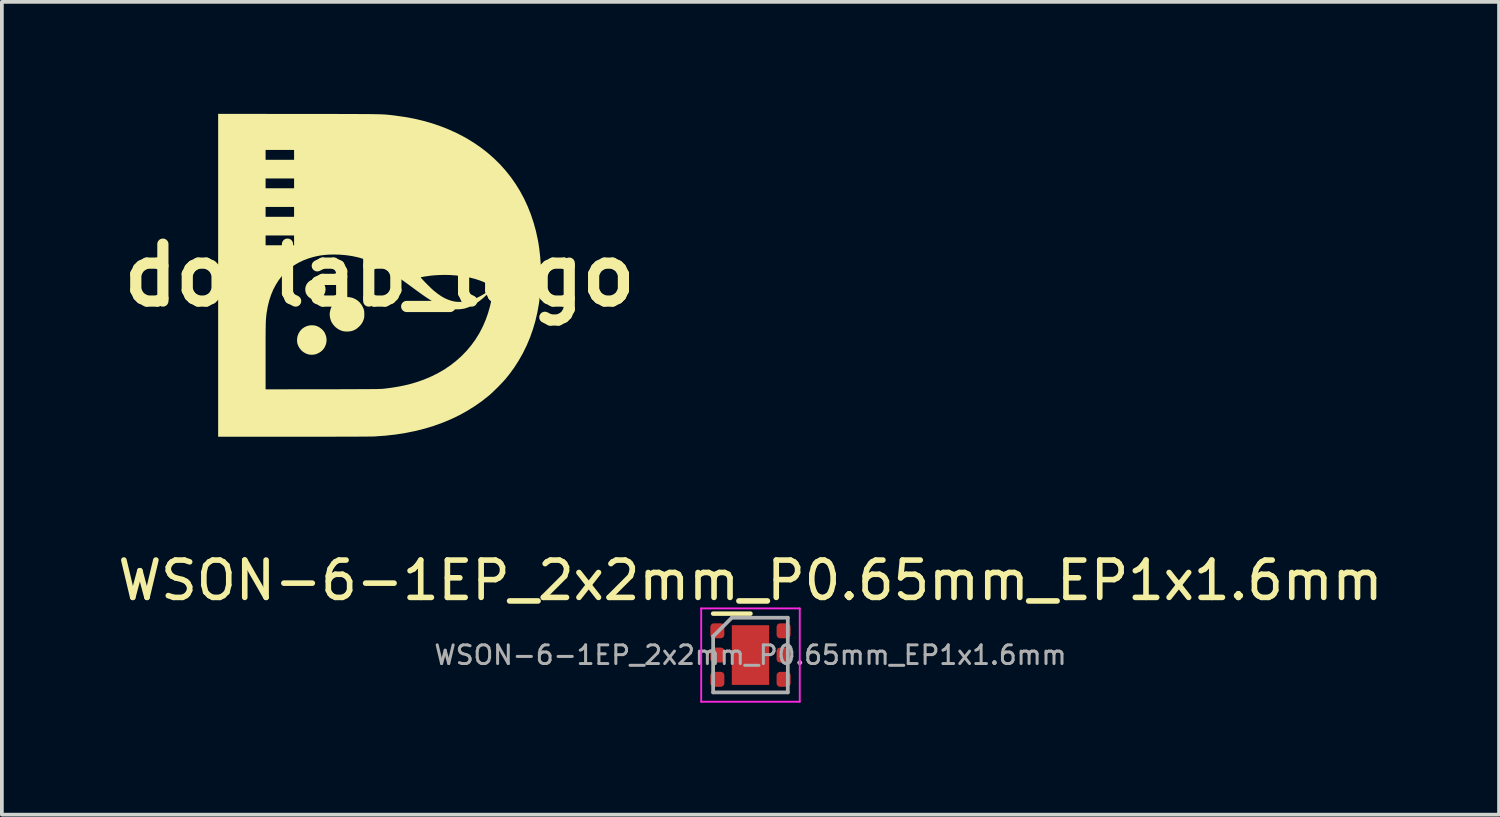
<source format=kicad_pcb>
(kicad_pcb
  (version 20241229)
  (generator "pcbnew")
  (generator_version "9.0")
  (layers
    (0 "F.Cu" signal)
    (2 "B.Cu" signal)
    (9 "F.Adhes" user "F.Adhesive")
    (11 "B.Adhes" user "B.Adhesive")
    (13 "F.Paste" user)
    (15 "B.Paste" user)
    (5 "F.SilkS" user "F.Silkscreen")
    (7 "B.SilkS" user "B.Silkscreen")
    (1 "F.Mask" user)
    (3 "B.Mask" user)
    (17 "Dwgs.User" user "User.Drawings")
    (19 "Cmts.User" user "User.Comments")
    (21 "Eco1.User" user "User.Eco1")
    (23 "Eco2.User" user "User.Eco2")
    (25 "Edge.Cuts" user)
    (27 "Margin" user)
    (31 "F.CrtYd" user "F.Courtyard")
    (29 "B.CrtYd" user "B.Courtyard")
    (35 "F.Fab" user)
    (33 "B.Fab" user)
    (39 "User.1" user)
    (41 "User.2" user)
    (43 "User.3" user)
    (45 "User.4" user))
  (footprint "WSON-6-1EP_2x2mm_P0.65mm_EP1x1.6mm"
    (layer "F.Cu")
    (at 17.054 14.498)
    (property "Reference" "WSON-6-1EP_2x2mm_P0.65mm_EP1x1.6mm" (at 0 -2 0) (layer "F.SilkS") (effects (font (size 1 1) (thickness 0.15))))
    (attr smd)
    (fp_line (start -1 -1.11) (end 0 -1.11) (stroke (width 0.12) (type solid)) (layer "F.SilkS"))
    (fp_line (start -1.32 -1.25) (end -1.32 1.25) (stroke (width 0.05) (type solid)) (layer "F.CrtYd"))
    (fp_line (start -1.32 1.25) (end 1.32 1.25) (stroke (width 0.05) (type solid)) (layer "F.CrtYd"))
    (fp_line (start 1.32 -1.25) (end -1.32 -1.25) (stroke (width 0.05) (type solid)) (layer "F.CrtYd"))
    (fp_line (start 1.32 1.25) (end 1.32 -1.25) (stroke (width 0.05) (type solid)) (layer "F.CrtYd"))
    (fp_line (start -1 -0.5) (end -0.5 -1) (stroke (width 0.1) (type solid)) (layer "F.Fab"))
    (fp_line (start -1 1) (end -1 -0.5) (stroke (width 0.1) (type solid)) (layer "F.Fab"))
    (fp_line (start -0.5 -1) (end 1 -1) (stroke (width 0.1) (type solid)) (layer "F.Fab"))
    (fp_line (start 1 -1) (end 1 1) (stroke (width 0.1) (type solid)) (layer "F.Fab"))
    (fp_line (start 1 1) (end -1 1) (stroke (width 0.1) (type solid)) (layer "F.Fab"))
    (fp_text user "${REFERENCE}" (at 0 0 0) (layer "F.Fab") (effects (font (size 0.5 0.5) (thickness 0.08))))
    (pad "" smd roundrect (at 0 -0.4) (size 0.81 0.64) (layers "F.Paste") (roundrect_rratio 0.25))
    (pad "" smd roundrect (at 0 0.4) (size 0.81 0.64) (layers "F.Paste") (roundrect_rratio 0.25))
    (pad "1" smd roundrect (at -0.887 -0.65) (size 0.375 0.4) (layers "F.Cu" "F.Mask" "F.Paste") (roundrect_rratio 0.25))
    (pad "2" smd roundrect (at -0.887 0) (size 0.375 0.4) (layers "F.Cu" "F.Mask" "F.Paste") (roundrect_rratio 0.25))
    (pad "3" smd roundrect (at -0.887 0.65) (size 0.375 0.4) (layers "F.Cu" "F.Mask" "F.Paste") (roundrect_rratio 0.25))
    (pad "4" smd roundrect (at 0.887 0.65) (size 0.375 0.4) (layers "F.Cu" "F.Mask" "F.Paste") (roundrect_rratio 0.25))
    (pad "5" smd roundrect (at 0.887 0) (size 0.375 0.4) (layers "F.Cu" "F.Mask" "F.Paste") (roundrect_rratio 0.25))
    (pad "6" smd roundrect (at 0.887 -0.65) (size 0.375 0.4) (layers "F.Cu" "F.Mask" "F.Paste") (roundrect_rratio 0.25))
    (pad "7" smd rect (at 0 0) (size 1 1.6) (layers "F.Cu" "F.Mask")))
  (footprint "doslab_logo"
    (layer "F.Cu")
    (at 7.119 4.325)
    (property "Reference" "doslab_logo" (at 0 0 0) (layer "F.SilkS") (effects (font (size 1.524 1.524) (thickness 0.3))))
    (attr board_only exclude_from_pos_files exclude_from_bom)
    (fp_poly (pts (xy -1.683 0.107) (xy -1.678 0.107) (xy -1.62 0.124) (xy -1.569 0.151) (xy -1.527 0.186) (xy -1.493 0.227) (xy -1.468 0.274) (xy -1.453 0.325) (xy -1.448 0.377) (xy -1.453 0.43) (xy -1.469 0.482) (xy -1.497 0.532) (xy -1.529 0.571) (xy -1.569 0.605) (xy -1.611 0.628) (xy -1.657 0.641) (xy -1.71 0.647) (xy -1.745 0.647) (xy -1.772 0.645) (xy -1.794 0.641) (xy -1.809 0.636) (xy -1.865 0.609) (xy -1.912 0.572) (xy -1.948 0.527) (xy -1.975 0.476) (xy -1.989 0.418) (xy -1.991 0.357) (xy -1.991 0.356) (xy -1.981 0.3) (xy -1.96 0.248) (xy -1.929 0.202) (xy -1.89 0.164) (xy -1.844 0.134) (xy -1.793 0.113) (xy -1.739 0.104)) (stroke (width 0) (type solid)) (fill yes) (layer "F.SilkS"))
    (fp_poly (pts (xy -1.744 1.343) (xy -1.68 1.36) (xy -1.62 1.389) (xy -1.563 1.431) (xy -1.539 1.453) (xy -1.511 1.482) (xy -1.491 1.507) (xy -1.474 1.533) (xy -1.46 1.562) (xy -1.434 1.632) (xy -1.421 1.703) (xy -1.422 1.774) (xy -1.436 1.844) (xy -1.464 1.913) (xy -1.481 1.943) (xy -1.517 1.992) (xy -1.563 2.036) (xy -1.617 2.073) (xy -1.675 2.102) (xy -1.725 2.118) (xy -1.767 2.125) (xy -1.816 2.128) (xy -1.864 2.126) (xy -1.906 2.119) (xy -1.912 2.118) (xy -1.98 2.093) (xy -2.042 2.057) (xy -2.096 2.011) (xy -2.142 1.956) (xy -2.178 1.893) (xy -2.2 1.835) (xy -2.21 1.782) (xy -2.212 1.724) (xy -2.206 1.666) (xy -2.193 1.612) (xy -2.164 1.544) (xy -2.124 1.484) (xy -2.076 1.434) (xy -2.019 1.393) (xy -1.956 1.363) (xy -1.887 1.344) (xy -1.814 1.338)) (stroke (width 0) (type solid)) (fill yes) (layer "F.SilkS"))
    (fp_poly (pts (xy -0.793 0.588) (xy -0.719 0.606) (xy -0.65 0.637) (xy -0.587 0.678) (xy -0.531 0.729) (xy -0.484 0.79) (xy -0.446 0.859) (xy -0.428 0.902) (xy -0.42 0.927) (xy -0.415 0.948) (xy -0.412 0.97) (xy -0.41 0.997) (xy -0.41 1.032) (xy -0.41 1.044) (xy -0.41 1.082) (xy -0.411 1.111) (xy -0.414 1.134) (xy -0.418 1.155) (xy -0.426 1.178) (xy -0.428 1.186) (xy -0.447 1.235) (xy -0.469 1.277) (xy -0.495 1.315) (xy -0.53 1.355) (xy -0.547 1.372) (xy -0.598 1.418) (xy -0.649 1.452) (xy -0.704 1.478) (xy -0.754 1.494) (xy -0.809 1.503) (xy -0.87 1.507) (xy -0.931 1.504) (xy -0.987 1.495) (xy -0.992 1.493) (xy -1.06 1.469) (xy -1.124 1.433) (xy -1.183 1.387) (xy -1.235 1.332) (xy -1.277 1.272) (xy -1.305 1.215) (xy -1.327 1.14) (xy -1.337 1.064) (xy -1.333 0.987) (xy -1.315 0.91) (xy -1.286 0.838) (xy -1.27 0.807) (xy -1.254 0.781) (xy -1.236 0.758) (xy -1.213 0.732) (xy -1.196 0.715) (xy -1.137 0.664) (xy -1.075 0.626) (xy -1.008 0.6) (xy -0.936 0.585) (xy -0.871 0.581)) (stroke (width 0) (type solid)) (fill yes) (layer "F.SilkS"))
    (fp_poly (pts (xy -2.167 -4.323) (xy -1.962 -4.323) (xy -1.769 -4.322) (xy -1.589 -4.322) (xy -1.422 -4.322) (xy -1.265 -4.322) (xy -1.12 -4.322) (xy -0.985 -4.321) (xy -0.861 -4.321) (xy -0.746 -4.321) (xy -0.64 -4.321) (xy -0.543 -4.32) (xy -0.454 -4.32) (xy -0.373 -4.319) (xy -0.299 -4.319) (xy -0.231 -4.318) (xy -0.17 -4.317) (xy -0.115 -4.316) (xy -0.065 -4.315) (xy -0.019 -4.314) (xy 0.022 -4.313) (xy 0.059 -4.312) (xy 0.093 -4.31) (xy 0.125 -4.308) (xy 0.154 -4.307) (xy 0.181 -4.305) (xy 0.207 -4.302) (xy 0.232 -4.3) (xy 0.256 -4.298) (xy 0.281 -4.295) (xy 0.306 -4.292) (xy 0.332 -4.289) (xy 0.36 -4.285) (xy 0.39 -4.282) (xy 0.405 -4.28) (xy 0.667 -4.243) (xy 0.92 -4.197) (xy 1.166 -4.139) (xy 1.403 -4.072) (xy 1.634 -3.993) (xy 1.859 -3.904) (xy 2.077 -3.804) (xy 2.125 -3.78) (xy 2.334 -3.668) (xy 2.532 -3.546) (xy 2.722 -3.415) (xy 2.901 -3.275) (xy 3.07 -3.126) (xy 3.23 -2.968) (xy 3.379 -2.801) (xy 3.518 -2.626) (xy 3.646 -2.443) (xy 3.764 -2.252) (xy 3.871 -2.052) (xy 3.967 -1.845) (xy 4.052 -1.631) (xy 4.126 -1.409) (xy 4.189 -1.18) (xy 4.24 -0.944) (xy 4.253 -0.875) (xy 4.28 -0.693) (xy 4.301 -0.503) (xy 4.316 -0.306) (xy 4.323 -0.107) (xy 4.323 0.092) (xy 4.317 0.289) (xy 4.303 0.479) (xy 4.3 0.503) (xy 4.27 0.747) (xy 4.228 0.986) (xy 4.174 1.217) (xy 4.108 1.443) (xy 4.031 1.662) (xy 3.942 1.874) (xy 3.842 2.08) (xy 3.73 2.278) (xy 3.607 2.47) (xy 3.473 2.654) (xy 3.377 2.773) (xy 3.341 2.813) (xy 3.298 2.86) (xy 3.249 2.912) (xy 3.196 2.967) (xy 3.141 3.022) (xy 3.087 3.075) (xy 3.034 3.126) (xy 2.986 3.171) (xy 2.944 3.208) (xy 2.933 3.218) (xy 2.746 3.366) (xy 2.551 3.503) (xy 2.348 3.63) (xy 2.137 3.747) (xy 1.917 3.853) (xy 1.689 3.948) (xy 1.453 4.033) (xy 1.209 4.107) (xy 0.958 4.17) (xy 0.699 4.223) (xy 0.432 4.265) (xy 0.157 4.296) (xy -0.125 4.316) (xy -0.155 4.318) (xy -0.178 4.318) (xy -0.213 4.319) (xy -0.261 4.32) (xy -0.323 4.32) (xy -0.396 4.321) (xy -0.482 4.321) (xy -0.58 4.322) (xy -0.689 4.322) (xy -0.81 4.323) (xy -0.942 4.323) (xy -1.085 4.323) (xy -1.238 4.324) (xy -1.402 4.324) (xy -1.576 4.324) (xy -1.76 4.324) (xy -1.953 4.324) (xy -2.156 4.324) (xy -2.313 4.325) (xy -4.325 4.325) (xy -4.325 3.055) (xy -3.054 3.055) (xy -1.529 3.052) (xy -1.358 3.052) (xy -1.2 3.052) (xy -1.055 3.052) (xy -0.921 3.051) (xy -0.799 3.051) (xy -0.687 3.051) (xy -0.586 3.05) (xy -0.494 3.05) (xy -0.412 3.05) (xy -0.338 3.049) (xy -0.272 3.049) (xy -0.213 3.048) (xy -0.161 3.048) (xy -0.116 3.047) (xy -0.076 3.047) (xy -0.042 3.046) (xy -0.012 3.045) (xy 0.014 3.044) (xy 0.036 3.044) (xy 0.055 3.043) (xy 0.071 3.041) (xy 0.086 3.04) (xy 0.099 3.039) (xy 0.105 3.039) (xy 0.298 3.015) (xy 0.481 2.986) (xy 0.654 2.952) (xy 0.819 2.912) (xy 0.978 2.866) (xy 1.133 2.813) (xy 1.285 2.753) (xy 1.401 2.702) (xy 1.576 2.614) (xy 1.744 2.516) (xy 1.903 2.407) (xy 2.054 2.289) (xy 2.196 2.162) (xy 2.328 2.026) (xy 2.45 1.881) (xy 2.561 1.729) (xy 2.661 1.569) (xy 2.683 1.53) (xy 2.766 1.369) (xy 2.839 1.2) (xy 2.902 1.023) (xy 2.955 0.84) (xy 2.997 0.653) (xy 3.027 0.464) (xy 3.034 0.406) (xy 3.042 0.336) (xy 3.023 0.32) (xy 2.95 0.267) (xy 2.866 0.217) (xy 2.771 0.172) (xy 2.666 0.132) (xy 2.553 0.096) (xy 2.432 0.065) (xy 2.305 0.039) (xy 2.172 0.018) (xy 2.035 0.003) (xy 1.895 -0.007) (xy 1.754 -0.011) (xy 1.611 -0.008) (xy 1.468 0.000298) (xy 1.368 0.01) (xy 1.326 0.016) (xy 1.282 0.022) (xy 1.239 0.028) (xy 1.197 0.034) (xy 1.161 0.041) (xy 1.131 0.046) (xy 1.111 0.051) (xy 1.103 0.053) (xy 1.105 0.059) (xy 1.115 0.074) (xy 1.133 0.095) (xy 1.157 0.121) (xy 1.187 0.153) (xy 1.22 0.187) (xy 1.256 0.224) (xy 1.293 0.261) (xy 1.331 0.298) (xy 1.367 0.334) (xy 1.402 0.367) (xy 1.434 0.396) (xy 1.461 0.42) (xy 1.465 0.422) (xy 1.558 0.496) (xy 1.648 0.558) (xy 1.736 0.609) (xy 1.825 0.649) (xy 1.914 0.681) (xy 1.99 0.7) (xy 2.039 0.707) (xy 2.097 0.712) (xy 2.16 0.712) (xy 2.224 0.71) (xy 2.284 0.704) (xy 2.322 0.697) (xy 2.42 0.673) (xy 2.518 0.641) (xy 2.619 0.598) (xy 2.722 0.545) (xy 2.829 0.481) (xy 2.918 0.423) (xy 2.949 0.401) (xy 2.978 0.382) (xy 3.002 0.366) (xy 3.018 0.355) (xy 3.023 0.351) (xy 3.027 0.35) (xy 3.023 0.356) (xy 3.012 0.371) (xy 2.994 0.391) (xy 2.971 0.416) (xy 2.944 0.445) (xy 2.913 0.477) (xy 2.884 0.506) (xy 2.78 0.604) (xy 2.677 0.688) (xy 2.573 0.759) (xy 2.47 0.817) (xy 2.367 0.861) (xy 2.281 0.889) (xy 2.225 0.9) (xy 2.161 0.908) (xy 2.093 0.912) (xy 2.025 0.911) (xy 1.961 0.907) (xy 1.926 0.902) (xy 1.836 0.883) (xy 1.744 0.855) (xy 1.648 0.818) (xy 1.548 0.77) (xy 1.442 0.712) (xy 1.376 0.673) (xy 1.332 0.645) (xy 1.288 0.617) (xy 1.24 0.585) (xy 1.189 0.55) (xy 1.133 0.511) (xy 1.071 0.466) (xy 1.001 0.415) (xy 0.921 0.357) (xy 0.895 0.337) (xy 0.795 0.264) (xy 0.704 0.198) (xy 0.622 0.139) (xy 0.547 0.086) (xy 0.478 0.038) (xy 0.415 -0.006) (xy 0.355 -0.046) (xy 0.297 -0.083) (xy 0.241 -0.117) (xy 0.186 -0.15) (xy 0.13 -0.183) (xy 0.072 -0.216) (xy 0.072 -0.216) (xy -0.09 -0.3) (xy -0.249 -0.372) (xy -0.409 -0.431) (xy -0.569 -0.479) (xy -0.733 -0.515) (xy -0.9 -0.539) (xy -1.072 -0.553) (xy -1.216 -0.557) (xy -1.344 -0.554) (xy -1.462 -0.547) (xy -1.574 -0.533) (xy -1.683 -0.513) (xy -1.792 -0.486) (xy -1.904 -0.452) (xy -1.905 -0.452) (xy -2.045 -0.399) (xy -2.177 -0.335) (xy -2.3 -0.262) (xy -2.415 -0.178) (xy -2.52 -0.084) (xy -2.617 0.019) (xy -2.704 0.132) (xy -2.781 0.254) (xy -2.85 0.385) (xy -2.908 0.525) (xy -2.957 0.675) (xy -2.996 0.832) (xy -3.025 0.999) (xy -3.027 1.01) (xy -3.031 1.039) (xy -3.034 1.066) (xy -3.037 1.093) (xy -3.04 1.12) (xy -3.042 1.148) (xy -3.044 1.177) (xy -3.046 1.21) (xy -3.048 1.246) (xy -3.049 1.286) (xy -3.05 1.331) (xy -3.051 1.382) (xy -3.052 1.44) (xy -3.053 1.505) (xy -3.053 1.579) (xy -3.054 1.661) (xy -3.054 1.754) (xy -3.054 1.857) (xy -3.054 1.972) (xy -3.054 2.099) (xy -3.054 2.164) (xy -3.054 3.055) (xy -4.325 3.055) (xy -4.325 -0.804) (xy -3.054 -0.804) (xy -2.291 -0.804) (xy -2.291 -1.068) (xy -3.054 -1.068) (xy -3.054 -0.804) (xy -4.325 -0.804) (xy -4.325 -1.568) (xy -3.054 -1.568) (xy -2.291 -1.568) (xy -2.291 -1.831) (xy -3.054 -1.831) (xy -3.054 -1.568) (xy -4.325 -1.568) (xy -4.325 -2.331) (xy -3.054 -2.331) (xy -2.291 -2.331) (xy -2.291 -2.595) (xy -3.054 -2.595) (xy -3.054 -2.331) (xy -4.325 -2.331) (xy -4.325 -3.095) (xy -3.054 -3.095) (xy -2.291 -3.095) (xy -2.291 -3.358) (xy -3.054 -3.358) (xy -3.054 -3.095) (xy -4.325 -3.095) (xy -4.325 -4.325)) (stroke (width 0) (type solid)) (fill yes) (layer "F.SilkS")))
  (gr_rect
    (start -3 -3)
    (end 37.107 18.773)
    (stroke (width 0.1) (type default))
    (fill no)
    (layer "Edge.Cuts")))
</source>
